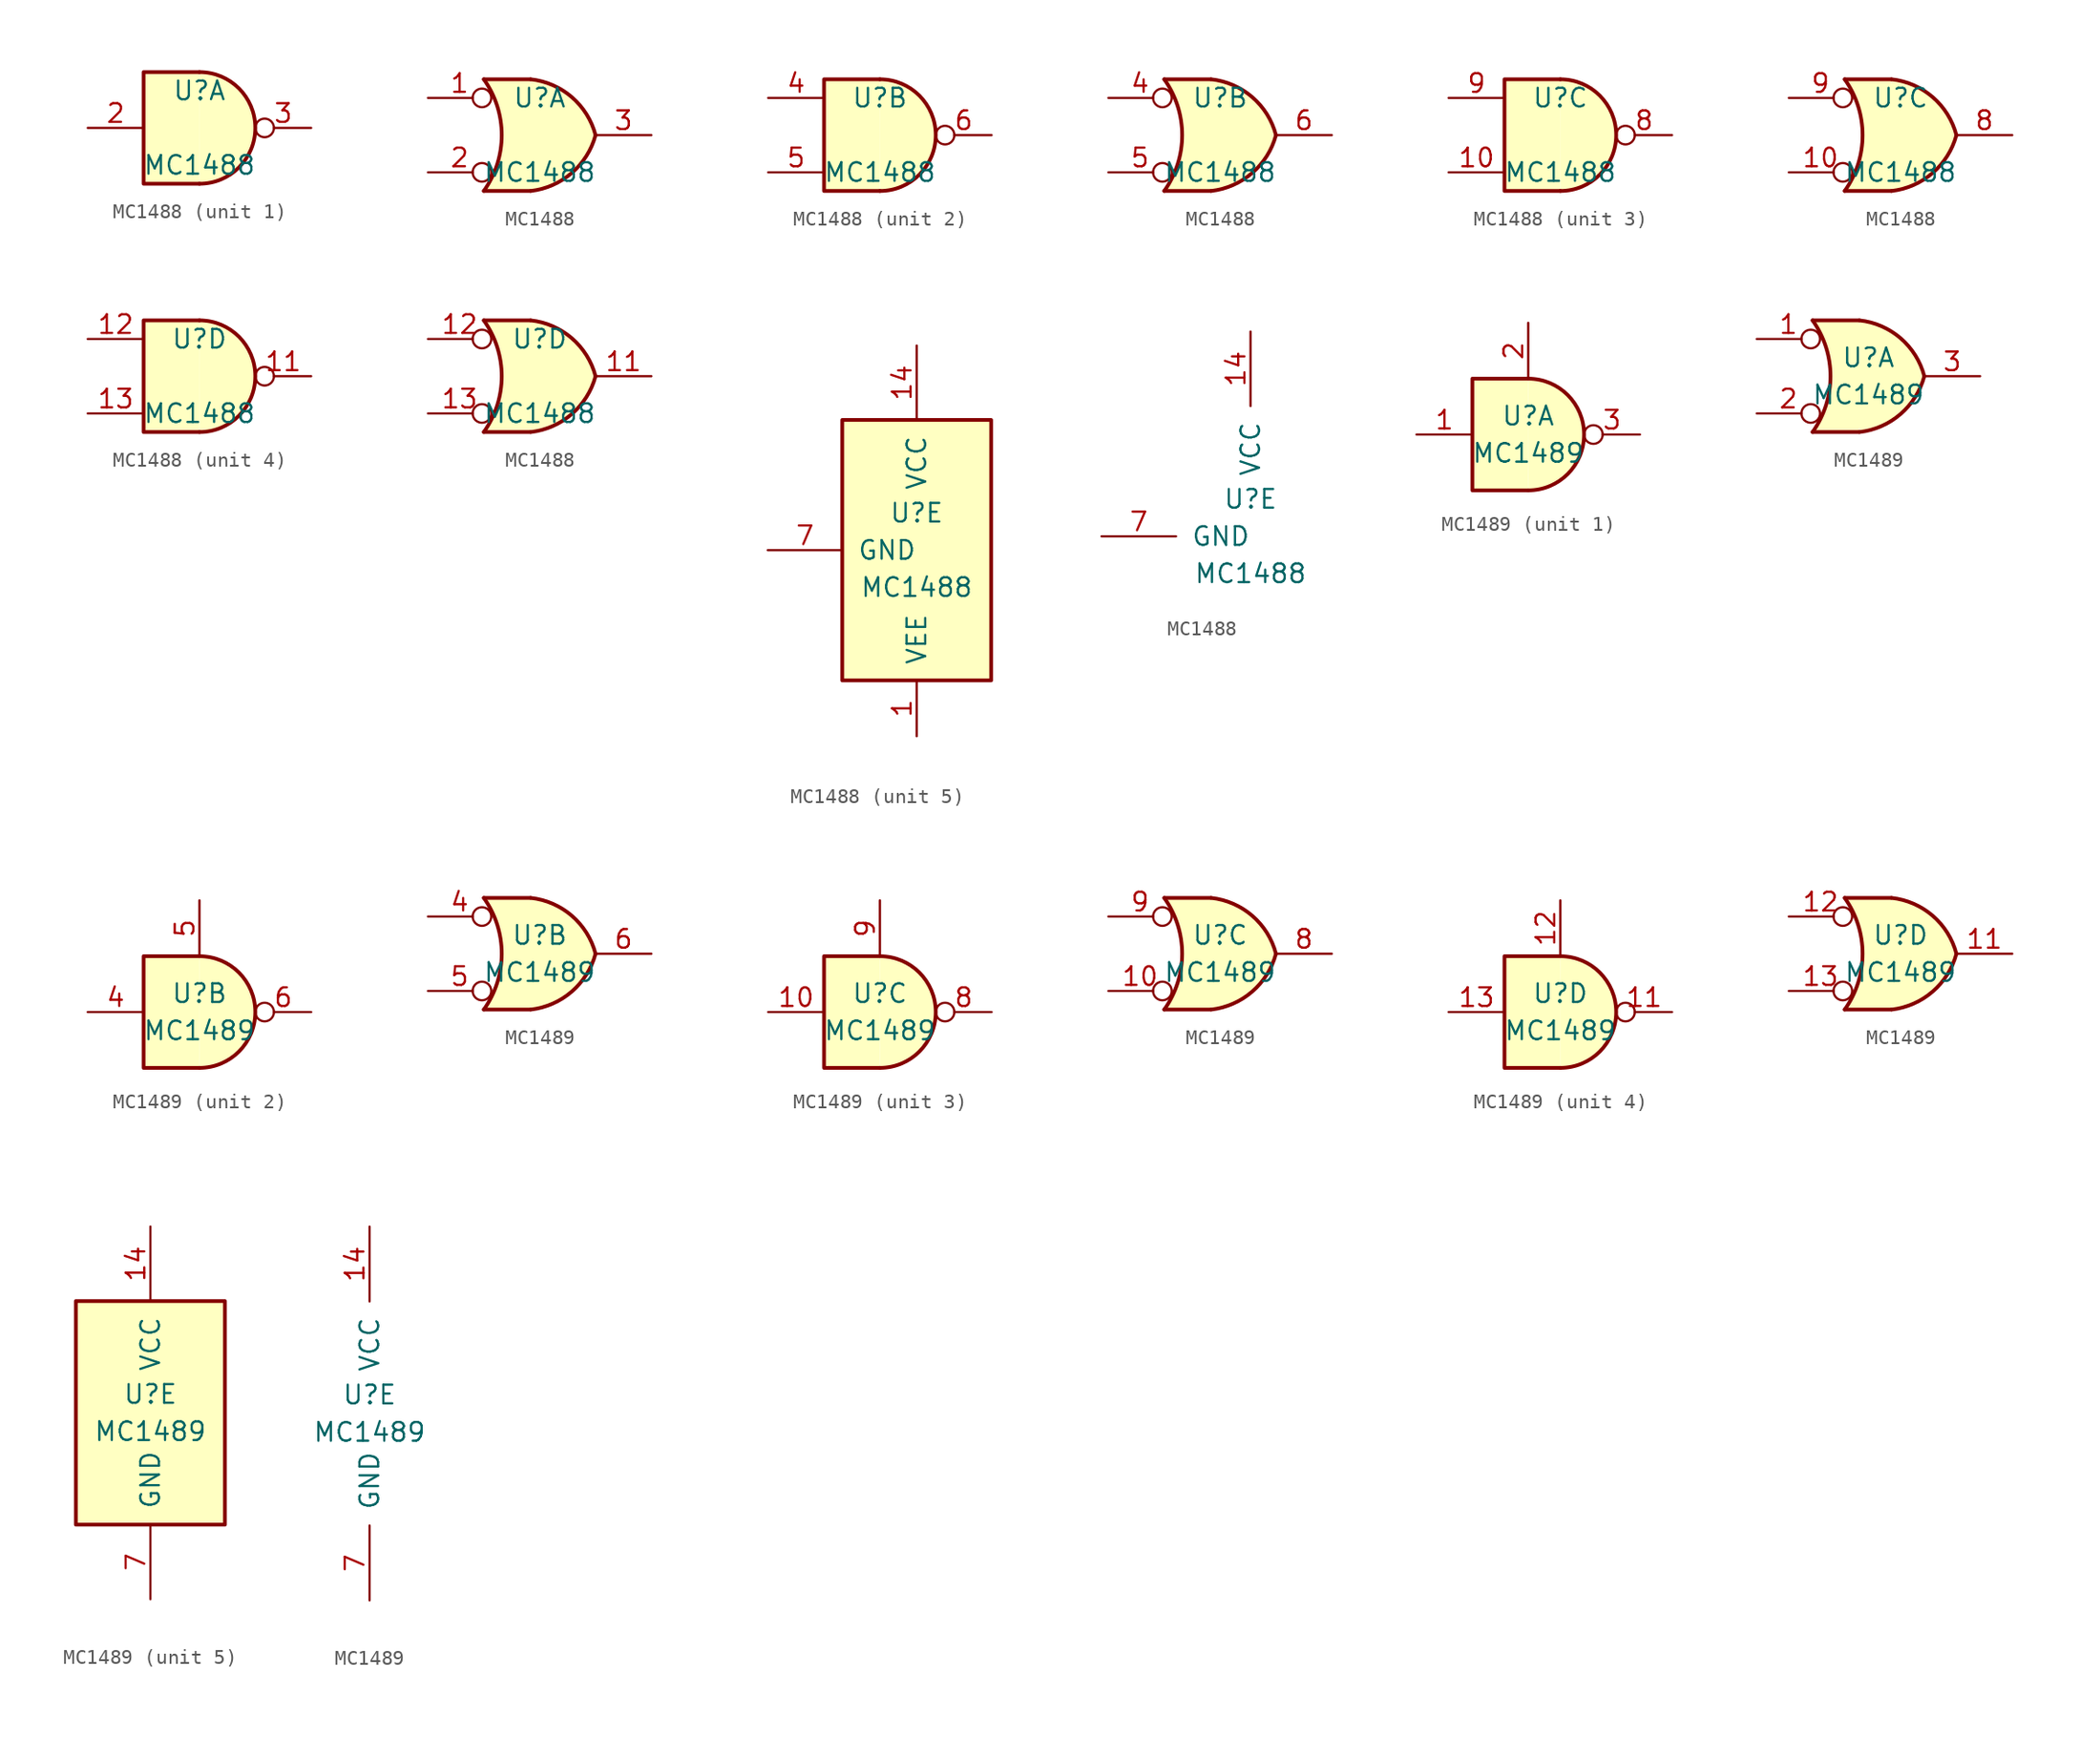
<source format=kicad_sym>
(kicad_symbol_lib
  (version 20220914)
  (generator kicad_symbol_editor)
  (symbol "MC1488"
    (pin_names
      (offset 1.016))
    (property "Reference" "U"
      (at 0 2.54 0)
      (effects (font (size 1.27 1.27))))
    (property "Value" "MC1488"
      (at 0 -2.54 0)
      (effects (font (size 1.27 1.27))))
    (property "ki_locked" ""
      (at 0 0 0)
      (effects (font (size 1.27 1.27))))
    (symbol "MC1488_1_1"
      (arc (start 0 -3.81) (mid 3.7934 0) (end 0 3.81) (stroke (width 0.254) (type default)) (fill (type background)))
      (polyline (pts (xy 0 3.81) (xy -3.81 3.81) (xy -3.81 -3.81) (xy 0 -3.81)) (stroke (width 0.254) (type default)) (fill (type background)))
      (pin input line (at -7.62 0 0) (length 3.81) (name "~" (effects (font (size 1.27 1.27)))) (number "2" (effects (font (size 1.27 1.27)))))
      (pin output inverted (at 7.62 0 180) (length 3.81) (name "~" (effects (font (size 1.27 1.27)))) (number "3" (effects (font (size 1.27 1.27))))))
    (symbol "MC1488_1_2"
      (arc (start -3.81 -3.81) (mid -2.589 0) (end -3.81 3.81) (stroke (width 0.254) (type default)) (fill (type none)))
      (arc (start -0.6096 -3.81) (mid 2.1842 -2.5851) (end 3.81 0) (stroke (width 0.254) (type default)) (fill (type background)))
      (polyline (pts (xy -3.81 -3.81) (xy -0.635 -3.81)) (stroke (width 0.254) (type default)) (fill (type background)))
      (polyline (pts (xy -3.81 3.81) (xy -0.635 3.81)) (stroke (width 0.254) (type default)) (fill (type background)))
      (polyline (pts (xy -0.635 3.81) (xy -3.81 3.81) (xy -3.81 3.81) (xy -3.556 3.404) (xy -3.023 2.261) (xy -2.692 1.041) (xy -2.616 -0.254) (xy -2.769 -1.499) (xy -3.175 -2.718) (xy -3.81 -3.81) (xy -3.81 -3.81) (xy -0.635 -3.81)) (stroke (width -25.4) (type default)) (fill (type background)))
      (arc (start 3.81 0) (mid 2.1915 2.5936) (end -0.6096 3.81) (stroke (width 0.254) (type default)) (fill (type background)))
      (pin input inverted (at -7.62 2.54 0) (length 4.318) (name "~" (effects (font (size 1.27 1.27)))) (number "1" (effects (font (size 1.27 1.27)))))
      (pin input inverted (at -7.62 -2.54 0) (length 4.318) (name "~" (effects (font (size 1.27 1.27)))) (number "2" (effects (font (size 1.27 1.27)))))
      (pin output line (at 7.62 0 180) (length 3.81) (name "~" (effects (font (size 1.27 1.27)))) (number "3" (effects (font (size 1.27 1.27))))))
    (symbol "MC1488_2_1"
      (arc (start 0 -3.81) (mid 3.7934 0) (end 0 3.81) (stroke (width 0.254) (type default)) (fill (type background)))
      (polyline (pts (xy 0 3.81) (xy -3.81 3.81) (xy -3.81 -3.81) (xy 0 -3.81)) (stroke (width 0.254) (type default)) (fill (type background)))
      (pin input line (at -7.62 2.54 0) (length 3.81) (name "~" (effects (font (size 1.27 1.27)))) (number "4" (effects (font (size 1.27 1.27)))))
      (pin input line (at -7.62 -2.54 0) (length 3.81) (name "~" (effects (font (size 1.27 1.27)))) (number "5" (effects (font (size 1.27 1.27)))))
      (pin output inverted (at 7.62 0 180) (length 3.81) (name "~" (effects (font (size 1.27 1.27)))) (number "6" (effects (font (size 1.27 1.27))))))
    (symbol "MC1488_2_2"
      (arc (start -3.81 -3.81) (mid -2.589 0) (end -3.81 3.81) (stroke (width 0.254) (type default)) (fill (type none)))
      (arc (start -0.6096 -3.81) (mid 2.1842 -2.5851) (end 3.81 0) (stroke (width 0.254) (type default)) (fill (type background)))
      (polyline (pts (xy -3.81 -3.81) (xy -0.635 -3.81)) (stroke (width 0.254) (type default)) (fill (type background)))
      (polyline (pts (xy -3.81 3.81) (xy -0.635 3.81)) (stroke (width 0.254) (type default)) (fill (type background)))
      (polyline (pts (xy -0.635 3.81) (xy -3.81 3.81) (xy -3.81 3.81) (xy -3.556 3.404) (xy -3.023 2.261) (xy -2.692 1.041) (xy -2.616 -0.254) (xy -2.769 -1.499) (xy -3.175 -2.718) (xy -3.81 -3.81) (xy -3.81 -3.81) (xy -0.635 -3.81)) (stroke (width -25.4) (type default)) (fill (type background)))
      (arc (start 3.81 0) (mid 2.1915 2.5936) (end -0.6096 3.81) (stroke (width 0.254) (type default)) (fill (type background)))
      (pin input inverted (at -7.62 2.54 0) (length 4.318) (name "~" (effects (font (size 1.27 1.27)))) (number "4" (effects (font (size 1.27 1.27)))))
      (pin input inverted (at -7.62 -2.54 0) (length 4.318) (name "~" (effects (font (size 1.27 1.27)))) (number "5" (effects (font (size 1.27 1.27)))))
      (pin output line (at 7.62 0 180) (length 3.81) (name "~" (effects (font (size 1.27 1.27)))) (number "6" (effects (font (size 1.27 1.27))))))
    (symbol "MC1488_3_1"
      (arc (start 0 -3.81) (mid 3.7934 0) (end 0 3.81) (stroke (width 0.254) (type default)) (fill (type background)))
      (polyline (pts (xy 0 3.81) (xy -3.81 3.81) (xy -3.81 -3.81) (xy 0 -3.81)) (stroke (width 0.254) (type default)) (fill (type background)))
      (pin input line (at -7.62 -2.54 0) (length 3.81) (name "~" (effects (font (size 1.27 1.27)))) (number "10" (effects (font (size 1.27 1.27)))))
      (pin output inverted (at 7.62 0 180) (length 3.81) (name "~" (effects (font (size 1.27 1.27)))) (number "8" (effects (font (size 1.27 1.27)))))
      (pin input line (at -7.62 2.54 0) (length 3.81) (name "~" (effects (font (size 1.27 1.27)))) (number "9" (effects (font (size 1.27 1.27))))))
    (symbol "MC1488_3_2"
      (arc (start -3.81 -3.81) (mid -2.589 0) (end -3.81 3.81) (stroke (width 0.254) (type default)) (fill (type none)))
      (arc (start -0.6096 -3.81) (mid 2.1842 -2.5851) (end 3.81 0) (stroke (width 0.254) (type default)) (fill (type background)))
      (polyline (pts (xy -3.81 -3.81) (xy -0.635 -3.81)) (stroke (width 0.254) (type default)) (fill (type background)))
      (polyline (pts (xy -3.81 3.81) (xy -0.635 3.81)) (stroke (width 0.254) (type default)) (fill (type background)))
      (polyline (pts (xy -0.635 3.81) (xy -3.81 3.81) (xy -3.81 3.81) (xy -3.556 3.404) (xy -3.023 2.261) (xy -2.692 1.041) (xy -2.616 -0.254) (xy -2.769 -1.499) (xy -3.175 -2.718) (xy -3.81 -3.81) (xy -3.81 -3.81) (xy -0.635 -3.81)) (stroke (width -25.4) (type default)) (fill (type background)))
      (arc (start 3.81 0) (mid 2.1915 2.5936) (end -0.6096 3.81) (stroke (width 0.254) (type default)) (fill (type background)))
      (pin input inverted (at -7.62 -2.54 0) (length 4.318) (name "~" (effects (font (size 1.27 1.27)))) (number "10" (effects (font (size 1.27 1.27)))))
      (pin output line (at 7.62 0 180) (length 3.81) (name "~" (effects (font (size 1.27 1.27)))) (number "8" (effects (font (size 1.27 1.27)))))
      (pin input inverted (at -7.62 2.54 0) (length 4.318) (name "~" (effects (font (size 1.27 1.27)))) (number "9" (effects (font (size 1.27 1.27))))))
    (symbol "MC1488_4_1"
      (arc (start 0 -3.81) (mid 3.7934 0) (end 0 3.81) (stroke (width 0.254) (type default)) (fill (type background)))
      (polyline (pts (xy 0 3.81) (xy -3.81 3.81) (xy -3.81 -3.81) (xy 0 -3.81)) (stroke (width 0.254) (type default)) (fill (type background)))
      (pin output inverted (at 7.62 0 180) (length 3.81) (name "~" (effects (font (size 1.27 1.27)))) (number "11" (effects (font (size 1.27 1.27)))))
      (pin input line (at -7.62 2.54 0) (length 3.81) (name "~" (effects (font (size 1.27 1.27)))) (number "12" (effects (font (size 1.27 1.27)))))
      (pin input line (at -7.62 -2.54 0) (length 3.81) (name "~" (effects (font (size 1.27 1.27)))) (number "13" (effects (font (size 1.27 1.27))))))
    (symbol "MC1488_4_2"
      (arc (start -3.81 -3.81) (mid -2.589 0) (end -3.81 3.81) (stroke (width 0.254) (type default)) (fill (type none)))
      (arc (start -0.6096 -3.81) (mid 2.1842 -2.5851) (end 3.81 0) (stroke (width 0.254) (type default)) (fill (type background)))
      (polyline (pts (xy -3.81 -3.81) (xy -0.635 -3.81)) (stroke (width 0.254) (type default)) (fill (type background)))
      (polyline (pts (xy -3.81 3.81) (xy -0.635 3.81)) (stroke (width 0.254) (type default)) (fill (type background)))
      (polyline (pts (xy -0.635 3.81) (xy -3.81 3.81) (xy -3.81 3.81) (xy -3.556 3.404) (xy -3.023 2.261) (xy -2.692 1.041) (xy -2.616 -0.254) (xy -2.769 -1.499) (xy -3.175 -2.718) (xy -3.81 -3.81) (xy -3.81 -3.81) (xy -0.635 -3.81)) (stroke (width -25.4) (type default)) (fill (type background)))
      (arc (start 3.81 0) (mid 2.1915 2.5936) (end -0.6096 3.81) (stroke (width 0.254) (type default)) (fill (type background)))
      (pin output line (at 7.62 0 180) (length 3.81) (name "~" (effects (font (size 1.27 1.27)))) (number "11" (effects (font (size 1.27 1.27)))))
      (pin input inverted (at -7.62 2.54 0) (length 4.318) (name "~" (effects (font (size 1.27 1.27)))) (number "12" (effects (font (size 1.27 1.27)))))
      (pin input inverted (at -7.62 -2.54 0) (length 4.318) (name "~" (effects (font (size 1.27 1.27)))) (number "13" (effects (font (size 1.27 1.27))))))
    (symbol "MC1488_5_0"
      (pin power_in line (at 0 13.97 270) (length 5.08) (name "VCC" (effects (font (size 1.27 1.27)))) (number "14" (effects (font (size 1.27 1.27)))))
      (pin power_in line (at -10.16 0 0) (length 5.08) (name "GND" (effects (font (size 1.27 1.27)))) (number "7" (effects (font (size 1.27 1.27))))))
    (symbol "MC1488_5_1"
      (rectangle (start -5.08 8.89) (end 5.08 -8.89) (stroke (width 0.254) (type default)) (fill (type background)))
      (pin power_in line (at 0 -12.7 90) (length 3.81) (name "VEE" (effects (font (size 1.27 1.27)))) (number "1" (effects (font (size 1.27 1.27)))))))
  (symbol "MC1489"
    (pin_names
      (offset 1.016))
    (property "Reference" "U"
      (at 0 1.27 0)
      (effects (font (size 1.27 1.27))))
    (property "Value" "MC1489"
      (at 0 -1.27 0)
      (effects (font (size 1.27 1.27))))
    (property "ki_locked" ""
      (at 0 0 0)
      (effects (font (size 1.27 1.27))))
    (symbol "MC1489_1_1"
      (arc (start 0 -3.81) (mid 3.7934 0) (end 0 3.81) (stroke (width 0.254) (type default)) (fill (type background)))
      (polyline (pts (xy 0 3.81) (xy -3.81 3.81) (xy -3.81 -3.81) (xy 0 -3.81)) (stroke (width 0.254) (type default)) (fill (type background)))
      (pin input line (at -7.62 0 0) (length 3.81) (name "~" (effects (font (size 1.27 1.27)))) (number "1" (effects (font (size 1.27 1.27)))))
      (pin bidirectional line (at 0 7.62 270) (length 3.81) (name "~" (effects (font (size 1.27 1.27)))) (number "2" (effects (font (size 1.27 1.27)))))
      (pin output inverted (at 7.62 0 180) (length 3.81) (name "~" (effects (font (size 1.27 1.27)))) (number "3" (effects (font (size 1.27 1.27))))))
    (symbol "MC1489_1_2"
      (arc (start -3.81 -3.81) (mid -2.589 0) (end -3.81 3.81) (stroke (width 0.254) (type default)) (fill (type none)))
      (arc (start -0.6096 -3.81) (mid 2.1842 -2.5851) (end 3.81 0) (stroke (width 0.254) (type default)) (fill (type background)))
      (polyline (pts (xy -3.81 -3.81) (xy -0.635 -3.81)) (stroke (width 0.254) (type default)) (fill (type background)))
      (polyline (pts (xy -3.81 3.81) (xy -0.635 3.81)) (stroke (width 0.254) (type default)) (fill (type background)))
      (polyline (pts (xy -0.635 3.81) (xy -3.81 3.81) (xy -3.81 3.81) (xy -3.556 3.404) (xy -3.023 2.261) (xy -2.692 1.041) (xy -2.616 -0.254) (xy -2.769 -1.499) (xy -3.175 -2.718) (xy -3.81 -3.81) (xy -3.81 -3.81) (xy -0.635 -3.81)) (stroke (width -25.4) (type default)) (fill (type background)))
      (arc (start 3.81 0) (mid 2.1915 2.5936) (end -0.6096 3.81) (stroke (width 0.254) (type default)) (fill (type background)))
      (pin input inverted (at -7.62 2.54 0) (length 4.318) (name "~" (effects (font (size 1.27 1.27)))) (number "1" (effects (font (size 1.27 1.27)))))
      (pin input inverted (at -7.62 -2.54 0) (length 4.318) (name "~" (effects (font (size 1.27 1.27)))) (number "2" (effects (font (size 1.27 1.27)))))
      (pin output line (at 7.62 0 180) (length 3.81) (name "~" (effects (font (size 1.27 1.27)))) (number "3" (effects (font (size 1.27 1.27))))))
    (symbol "MC1489_2_1"
      (arc (start 0 -3.81) (mid 3.7934 0) (end 0 3.81) (stroke (width 0.254) (type default)) (fill (type background)))
      (polyline (pts (xy 0 3.81) (xy -3.81 3.81) (xy -3.81 -3.81) (xy 0 -3.81)) (stroke (width 0.254) (type default)) (fill (type background)))
      (pin input line (at -7.62 0 0) (length 3.81) (name "~" (effects (font (size 1.27 1.27)))) (number "4" (effects (font (size 1.27 1.27)))))
      (pin bidirectional line (at 0 7.62 270) (length 3.81) (name "~" (effects (font (size 1.27 1.27)))) (number "5" (effects (font (size 1.27 1.27)))))
      (pin output inverted (at 7.62 0 180) (length 3.81) (name "~" (effects (font (size 1.27 1.27)))) (number "6" (effects (font (size 1.27 1.27))))))
    (symbol "MC1489_2_2"
      (arc (start -3.81 -3.81) (mid -2.589 0) (end -3.81 3.81) (stroke (width 0.254) (type default)) (fill (type none)))
      (arc (start -0.6096 -3.81) (mid 2.1842 -2.5851) (end 3.81 0) (stroke (width 0.254) (type default)) (fill (type background)))
      (polyline (pts (xy -3.81 -3.81) (xy -0.635 -3.81)) (stroke (width 0.254) (type default)) (fill (type background)))
      (polyline (pts (xy -3.81 3.81) (xy -0.635 3.81)) (stroke (width 0.254) (type default)) (fill (type background)))
      (polyline (pts (xy -0.635 3.81) (xy -3.81 3.81) (xy -3.81 3.81) (xy -3.556 3.404) (xy -3.023 2.261) (xy -2.692 1.041) (xy -2.616 -0.254) (xy -2.769 -1.499) (xy -3.175 -2.718) (xy -3.81 -3.81) (xy -3.81 -3.81) (xy -0.635 -3.81)) (stroke (width -25.4) (type default)) (fill (type background)))
      (arc (start 3.81 0) (mid 2.1915 2.5936) (end -0.6096 3.81) (stroke (width 0.254) (type default)) (fill (type background)))
      (pin input inverted (at -7.62 2.54 0) (length 4.318) (name "~" (effects (font (size 1.27 1.27)))) (number "4" (effects (font (size 1.27 1.27)))))
      (pin input inverted (at -7.62 -2.54 0) (length 4.318) (name "~" (effects (font (size 1.27 1.27)))) (number "5" (effects (font (size 1.27 1.27)))))
      (pin output line (at 7.62 0 180) (length 3.81) (name "~" (effects (font (size 1.27 1.27)))) (number "6" (effects (font (size 1.27 1.27))))))
    (symbol "MC1489_3_1"
      (arc (start 0 -3.81) (mid 3.7934 0) (end 0 3.81) (stroke (width 0.254) (type default)) (fill (type background)))
      (polyline (pts (xy 0 3.81) (xy -3.81 3.81) (xy -3.81 -3.81) (xy 0 -3.81)) (stroke (width 0.254) (type default)) (fill (type background)))
      (pin input line (at -7.62 0 0) (length 3.81) (name "~" (effects (font (size 1.27 1.27)))) (number "10" (effects (font (size 1.27 1.27)))))
      (pin output inverted (at 7.62 0 180) (length 3.81) (name "~" (effects (font (size 1.27 1.27)))) (number "8" (effects (font (size 1.27 1.27)))))
      (pin bidirectional line (at 0 7.62 270) (length 3.81) (name "~" (effects (font (size 1.27 1.27)))) (number "9" (effects (font (size 1.27 1.27))))))
    (symbol "MC1489_3_2"
      (arc (start -3.81 -3.81) (mid -2.589 0) (end -3.81 3.81) (stroke (width 0.254) (type default)) (fill (type none)))
      (arc (start -0.6096 -3.81) (mid 2.1842 -2.5851) (end 3.81 0) (stroke (width 0.254) (type default)) (fill (type background)))
      (polyline (pts (xy -3.81 -3.81) (xy -0.635 -3.81)) (stroke (width 0.254) (type default)) (fill (type background)))
      (polyline (pts (xy -3.81 3.81) (xy -0.635 3.81)) (stroke (width 0.254) (type default)) (fill (type background)))
      (polyline (pts (xy -0.635 3.81) (xy -3.81 3.81) (xy -3.81 3.81) (xy -3.556 3.404) (xy -3.023 2.261) (xy -2.692 1.041) (xy -2.616 -0.254) (xy -2.769 -1.499) (xy -3.175 -2.718) (xy -3.81 -3.81) (xy -3.81 -3.81) (xy -0.635 -3.81)) (stroke (width -25.4) (type default)) (fill (type background)))
      (arc (start 3.81 0) (mid 2.1915 2.5936) (end -0.6096 3.81) (stroke (width 0.254) (type default)) (fill (type background)))
      (pin input inverted (at -7.62 -2.54 0) (length 4.318) (name "~" (effects (font (size 1.27 1.27)))) (number "10" (effects (font (size 1.27 1.27)))))
      (pin output line (at 7.62 0 180) (length 3.81) (name "~" (effects (font (size 1.27 1.27)))) (number "8" (effects (font (size 1.27 1.27)))))
      (pin input inverted (at -7.62 2.54 0) (length 4.318) (name "~" (effects (font (size 1.27 1.27)))) (number "9" (effects (font (size 1.27 1.27))))))
    (symbol "MC1489_4_1"
      (arc (start 0 -3.81) (mid 3.7934 0) (end 0 3.81) (stroke (width 0.254) (type default)) (fill (type background)))
      (polyline (pts (xy 0 3.81) (xy -3.81 3.81) (xy -3.81 -3.81) (xy 0 -3.81)) (stroke (width 0.254) (type default)) (fill (type background)))
      (pin output inverted (at 7.62 0 180) (length 3.81) (name "~" (effects (font (size 1.27 1.27)))) (number "11" (effects (font (size 1.27 1.27)))))
      (pin bidirectional line (at 0 7.62 270) (length 3.81) (name "~" (effects (font (size 1.27 1.27)))) (number "12" (effects (font (size 1.27 1.27)))))
      (pin input line (at -7.62 0 0) (length 3.81) (name "~" (effects (font (size 1.27 1.27)))) (number "13" (effects (font (size 1.27 1.27))))))
    (symbol "MC1489_4_2"
      (arc (start -3.81 -3.81) (mid -2.589 0) (end -3.81 3.81) (stroke (width 0.254) (type default)) (fill (type none)))
      (arc (start -0.6096 -3.81) (mid 2.1842 -2.5851) (end 3.81 0) (stroke (width 0.254) (type default)) (fill (type background)))
      (polyline (pts (xy -3.81 -3.81) (xy -0.635 -3.81)) (stroke (width 0.254) (type default)) (fill (type background)))
      (polyline (pts (xy -3.81 3.81) (xy -0.635 3.81)) (stroke (width 0.254) (type default)) (fill (type background)))
      (polyline (pts (xy -0.635 3.81) (xy -3.81 3.81) (xy -3.81 3.81) (xy -3.556 3.404) (xy -3.023 2.261) (xy -2.692 1.041) (xy -2.616 -0.254) (xy -2.769 -1.499) (xy -3.175 -2.718) (xy -3.81 -3.81) (xy -3.81 -3.81) (xy -0.635 -3.81)) (stroke (width -25.4) (type default)) (fill (type background)))
      (arc (start 3.81 0) (mid 2.1915 2.5936) (end -0.6096 3.81) (stroke (width 0.254) (type default)) (fill (type background)))
      (pin output line (at 7.62 0 180) (length 3.81) (name "~" (effects (font (size 1.27 1.27)))) (number "11" (effects (font (size 1.27 1.27)))))
      (pin input inverted (at -7.62 2.54 0) (length 4.318) (name "~" (effects (font (size 1.27 1.27)))) (number "12" (effects (font (size 1.27 1.27)))))
      (pin input inverted (at -7.62 -2.54 0) (length 4.318) (name "~" (effects (font (size 1.27 1.27)))) (number "13" (effects (font (size 1.27 1.27))))))
    (symbol "MC1489_5_0"
      (pin power_in line (at 0 12.7 270) (length 5.08) (name "VCC" (effects (font (size 1.27 1.27)))) (number "14" (effects (font (size 1.27 1.27)))))
      (pin power_in line (at 0 -12.7 90) (length 5.08) (name "GND" (effects (font (size 1.27 1.27)))) (number "7" (effects (font (size 1.27 1.27))))))
    (symbol "MC1489_5_1"
      (rectangle (start -5.08 7.62) (end 5.08 -7.62) (stroke (width 0.254) (type default)) (fill (type background))))))
</source>
